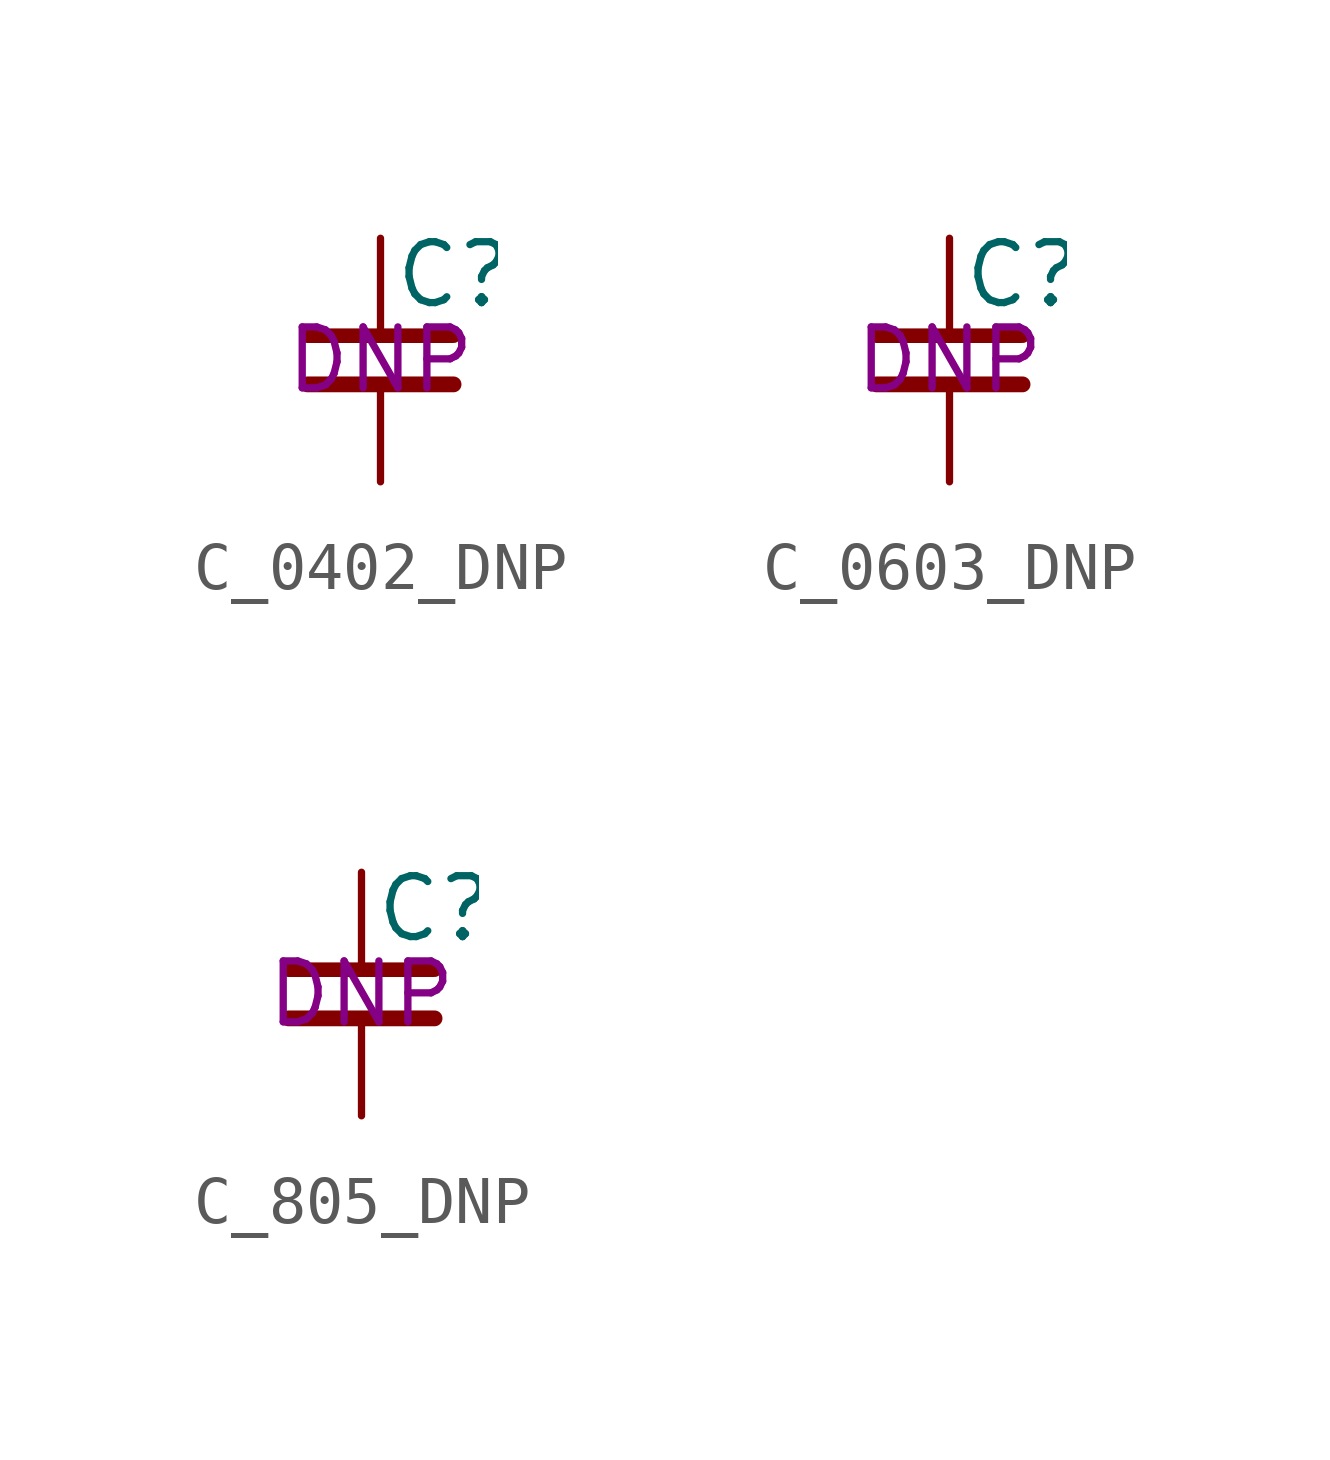
<source format=kicad_sym>
(kicad_symbol_lib
  (version 20220914)
  (generator kicad_symbol_editor)
  (symbol "C_0402_DNP"
    (pin_numbers hide)
    (pin_names
      (offset 0.254) hide)
    (property "Reference" "C"
      (at 0.254 1.778 0)
      (effects (font (size 1.27 1.27)) (justify left)))
    (property "Capacitance" "DNP"
      (at 0 0 0)
      (effects (font (size 1.27 1.27))))
    (symbol "C_0402_DNP_0_1"
      (polyline (pts (xy -1.524 -0.508) (xy 1.524 -0.508)) (stroke (width 0.33) (type default)) (fill (type none)))
      (polyline (pts (xy -1.524 0.508) (xy 1.524 0.508)) (stroke (width 0.305) (type default)) (fill (type none))))
    (symbol "C_0402_DNP_1_1"
      (pin passive line (at 0 2.54 270) (length 2.032) (name "~" (effects (font (size 1.27 1.27)))) (number "1" (effects (font (size 1.27 1.27)))))
      (pin passive line (at 0 -2.54 90) (length 2.032) (name "~" (effects (font (size 1.27 1.27)))) (number "2" (effects (font (size 1.27 1.27)))))))
  (symbol "C_0603_DNP"
    (pin_numbers hide)
    (pin_names
      (offset 0.254) hide)
    (property "Reference" "C"
      (at 0.254 1.778 0)
      (effects (font (size 1.27 1.27)) (justify left)))
    (property "Capacitance" "DNP"
      (at 0 0 0)
      (effects (font (size 1.27 1.27))))
    (symbol "C_0603_DNP_0_1"
      (polyline (pts (xy -1.524 -0.508) (xy 1.524 -0.508)) (stroke (width 0.33) (type default)) (fill (type none)))
      (polyline (pts (xy -1.524 0.508) (xy 1.524 0.508)) (stroke (width 0.305) (type default)) (fill (type none))))
    (symbol "C_0603_DNP_1_1"
      (pin passive line (at 0 2.54 270) (length 2.032) (name "~" (effects (font (size 1.27 1.27)))) (number "1" (effects (font (size 1.27 1.27)))))
      (pin passive line (at 0 -2.54 90) (length 2.032) (name "~" (effects (font (size 1.27 1.27)))) (number "2" (effects (font (size 1.27 1.27)))))))
  (symbol "C_805_DNP"
    (pin_numbers hide)
    (pin_names
      (offset 0.254) hide)
    (property "Reference" "C"
      (at 0.254 1.778 0)
      (effects (font (size 1.27 1.27)) (justify left)))
    (property "Capacitance" "DNP"
      (at 0 0 0)
      (effects (font (size 1.27 1.27))))
    (symbol "C_805_DNP_0_1"
      (polyline (pts (xy -1.524 -0.508) (xy 1.524 -0.508)) (stroke (width 0.33) (type default)) (fill (type none)))
      (polyline (pts (xy -1.524 0.508) (xy 1.524 0.508)) (stroke (width 0.305) (type default)) (fill (type none))))
    (symbol "C_805_DNP_1_1"
      (pin passive line (at 0 2.54 270) (length 2.032) (name "~" (effects (font (size 1.27 1.27)))) (number "1" (effects (font (size 1.27 1.27)))))
      (pin passive line (at 0 -2.54 90) (length 2.032) (name "~" (effects (font (size 1.27 1.27)))) (number "2" (effects (font (size 1.27 1.27))))))))
</source>
